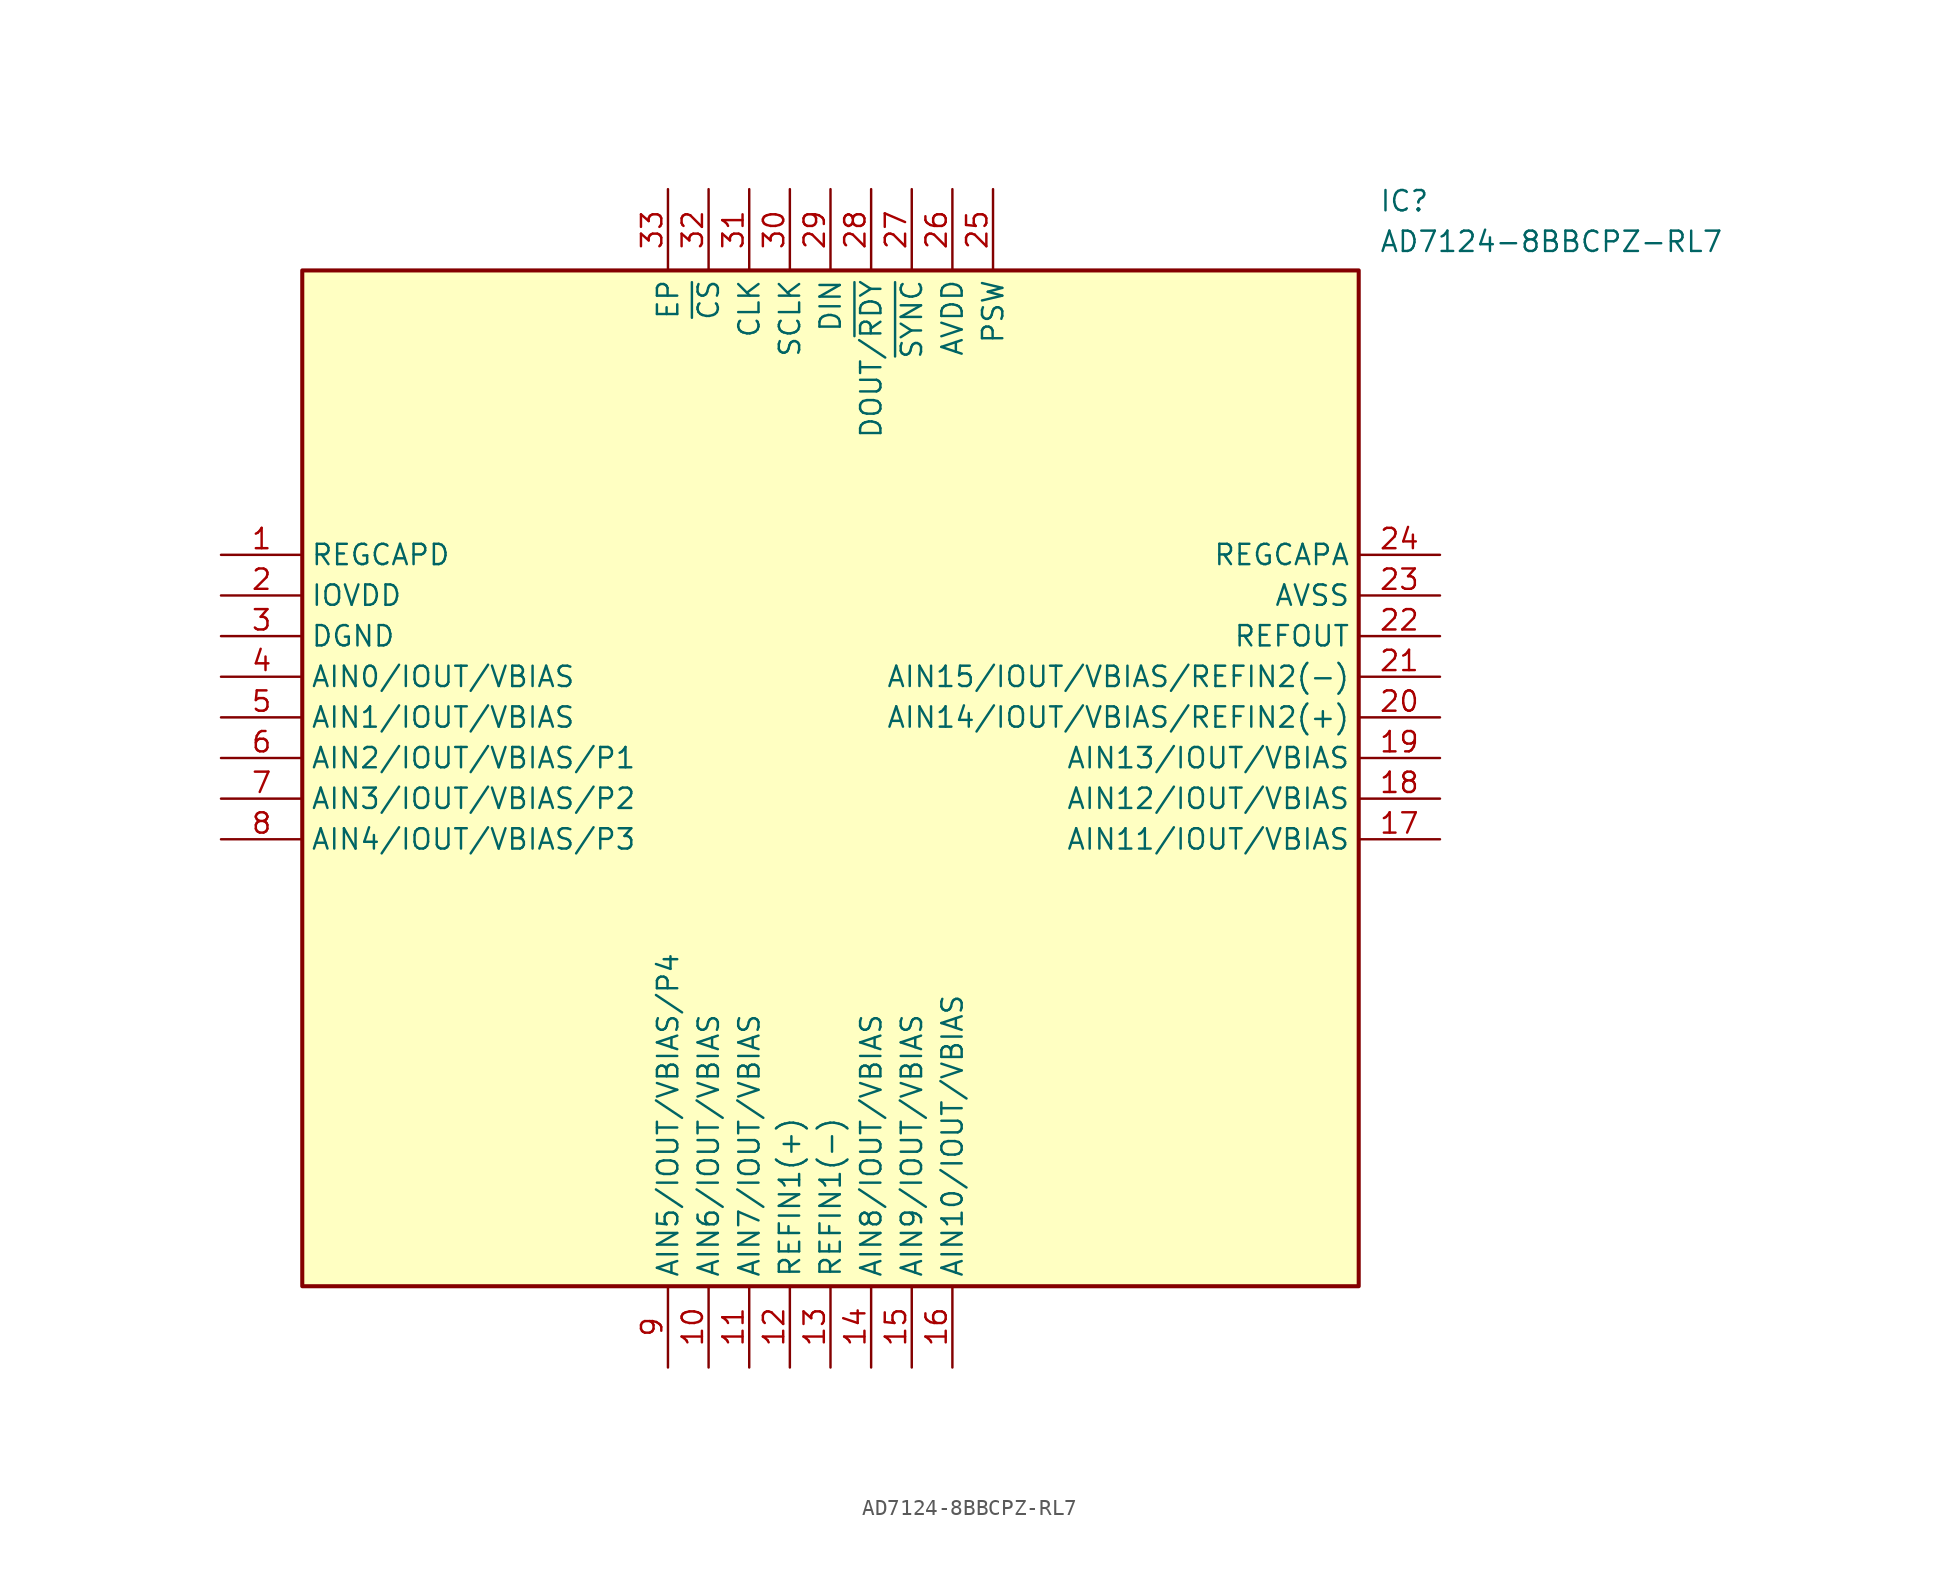
<source format=kicad_sym>
(kicad_symbol_lib
  (version 20211014)
  (generator SamacSys_ECAD_Model)
  (symbol "AD7124-8BBCPZ-RL7"
    (property "Reference" "IC"
      (at 72.39 22.86 0)
      (effects (font (size 1.27 1.27)) (justify left top)))
    (property "Value" "AD7124-8BBCPZ-RL7"
      (at 72.39 20.32 0)
      (effects (font (size 1.27 1.27)) (justify left top)))
    (rectangle
      (start 5.08 17.78)
      (end 71.12 -45.72)
      (stroke (width 0.254) (type default))
      (fill (type background)))
    (pin passive line
      (at 0 0 0)
      (length 5.08)
      (name "REGCAPD" (effects (font (size 1.27 1.27))))
      (number "1" (effects (font (size 1.27 1.27)))))
    (pin passive line
      (at 0 -2.54 0)
      (length 5.08)
      (name "IOVDD" (effects (font (size 1.27 1.27))))
      (number "2" (effects (font (size 1.27 1.27)))))
    (pin passive line
      (at 0 -5.08 0)
      (length 5.08)
      (name "DGND" (effects (font (size 1.27 1.27))))
      (number "3" (effects (font (size 1.27 1.27)))))
    (pin passive line
      (at 0 -7.62 0)
      (length 5.08)
      (name "AIN0/IOUT/VBIAS" (effects (font (size 1.27 1.27))))
      (number "4" (effects (font (size 1.27 1.27)))))
    (pin passive line
      (at 0 -10.16 0)
      (length 5.08)
      (name "AIN1/IOUT/VBIAS" (effects (font (size 1.27 1.27))))
      (number "5" (effects (font (size 1.27 1.27)))))
    (pin passive line
      (at 0 -12.7 0)
      (length 5.08)
      (name "AIN2/IOUT/VBIAS/P1" (effects (font (size 1.27 1.27))))
      (number "6" (effects (font (size 1.27 1.27)))))
    (pin passive line
      (at 0 -15.24 0)
      (length 5.08)
      (name "AIN3/IOUT/VBIAS/P2" (effects (font (size 1.27 1.27))))
      (number "7" (effects (font (size 1.27 1.27)))))
    (pin passive line
      (at 0 -17.78 0)
      (length 5.08)
      (name "AIN4/IOUT/VBIAS/P3" (effects (font (size 1.27 1.27))))
      (number "8" (effects (font (size 1.27 1.27)))))
    (pin passive line
      (at 27.94 -50.8 90)
      (length 5.08)
      (name "AIN5/IOUT/VBIAS/P4" (effects (font (size 1.27 1.27))))
      (number "9" (effects (font (size 1.27 1.27)))))
    (pin passive line
      (at 30.48 -50.8 90)
      (length 5.08)
      (name "AIN6/IOUT/VBIAS" (effects (font (size 1.27 1.27))))
      (number "10" (effects (font (size 1.27 1.27)))))
    (pin passive line
      (at 33.02 -50.8 90)
      (length 5.08)
      (name "AIN7/IOUT/VBIAS" (effects (font (size 1.27 1.27))))
      (number "11" (effects (font (size 1.27 1.27)))))
    (pin passive line
      (at 35.56 -50.8 90)
      (length 5.08)
      (name "REFIN1(+)" (effects (font (size 1.27 1.27))))
      (number "12" (effects (font (size 1.27 1.27)))))
    (pin passive line
      (at 38.1 -50.8 90)
      (length 5.08)
      (name "REFIN1(-)" (effects (font (size 1.27 1.27))))
      (number "13" (effects (font (size 1.27 1.27)))))
    (pin passive line
      (at 40.64 -50.8 90)
      (length 5.08)
      (name "AIN8/IOUT/VBIAS" (effects (font (size 1.27 1.27))))
      (number "14" (effects (font (size 1.27 1.27)))))
    (pin passive line
      (at 43.18 -50.8 90)
      (length 5.08)
      (name "AIN9/IOUT/VBIAS" (effects (font (size 1.27 1.27))))
      (number "15" (effects (font (size 1.27 1.27)))))
    (pin passive line
      (at 45.72 -50.8 90)
      (length 5.08)
      (name "AIN10/IOUT/VBIAS" (effects (font (size 1.27 1.27))))
      (number "16" (effects (font (size 1.27 1.27)))))
    (pin passive line
      (at 76.2 0 180)
      (length 5.08)
      (name "REGCAPA" (effects (font (size 1.27 1.27))))
      (number "24" (effects (font (size 1.27 1.27)))))
    (pin passive line
      (at 76.2 -2.54 180)
      (length 5.08)
      (name "AVSS" (effects (font (size 1.27 1.27))))
      (number "23" (effects (font (size 1.27 1.27)))))
    (pin passive line
      (at 76.2 -5.08 180)
      (length 5.08)
      (name "REFOUT" (effects (font (size 1.27 1.27))))
      (number "22" (effects (font (size 1.27 1.27)))))
    (pin passive line
      (at 76.2 -7.62 180)
      (length 5.08)
      (name "AIN15/IOUT/VBIAS/REFIN2(-)" (effects (font (size 1.27 1.27))))
      (number "21" (effects (font (size 1.27 1.27)))))
    (pin passive line
      (at 76.2 -10.16 180)
      (length 5.08)
      (name "AIN14/IOUT/VBIAS/REFIN2(+)" (effects (font (size 1.27 1.27))))
      (number "20" (effects (font (size 1.27 1.27)))))
    (pin passive line
      (at 76.2 -12.7 180)
      (length 5.08)
      (name "AIN13/IOUT/VBIAS" (effects (font (size 1.27 1.27))))
      (number "19" (effects (font (size 1.27 1.27)))))
    (pin passive line
      (at 76.2 -15.24 180)
      (length 5.08)
      (name "AIN12/IOUT/VBIAS" (effects (font (size 1.27 1.27))))
      (number "18" (effects (font (size 1.27 1.27)))))
    (pin passive line
      (at 76.2 -17.78 180)
      (length 5.08)
      (name "AIN11/IOUT/VBIAS" (effects (font (size 1.27 1.27))))
      (number "17" (effects (font (size 1.27 1.27)))))
    (pin passive line
      (at 27.94 22.86 270)
      (length 5.08)
      (name "EP" (effects (font (size 1.27 1.27))))
      (number "33" (effects (font (size 1.27 1.27)))))
    (pin passive line
      (at 30.48 22.86 270)
      (length 5.08)
      (name "~{CS}" (effects (font (size 1.27 1.27))))
      (number "32" (effects (font (size 1.27 1.27)))))
    (pin passive line
      (at 33.02 22.86 270)
      (length 5.08)
      (name "CLK" (effects (font (size 1.27 1.27))))
      (number "31" (effects (font (size 1.27 1.27)))))
    (pin passive line
      (at 35.56 22.86 270)
      (length 5.08)
      (name "SCLK" (effects (font (size 1.27 1.27))))
      (number "30" (effects (font (size 1.27 1.27)))))
    (pin passive line
      (at 38.1 22.86 270)
      (length 5.08)
      (name "DIN" (effects (font (size 1.27 1.27))))
      (number "29" (effects (font (size 1.27 1.27)))))
    (pin passive line
      (at 40.64 22.86 270)
      (length 5.08)
      (name "DOUT/~{RDY}" (effects (font (size 1.27 1.27))))
      (number "28" (effects (font (size 1.27 1.27)))))
    (pin passive line
      (at 43.18 22.86 270)
      (length 5.08)
      (name "~{SYNC}" (effects (font (size 1.27 1.27))))
      (number "27" (effects (font (size 1.27 1.27)))))
    (pin passive line
      (at 45.72 22.86 270)
      (length 5.08)
      (name "AVDD" (effects (font (size 1.27 1.27))))
      (number "26" (effects (font (size 1.27 1.27)))))
    (pin passive line
      (at 48.26 22.86 270)
      (length 5.08)
      (name "PSW" (effects (font (size 1.27 1.27))))
      (number "25" (effects (font (size 1.27 1.27)))))))
</source>
